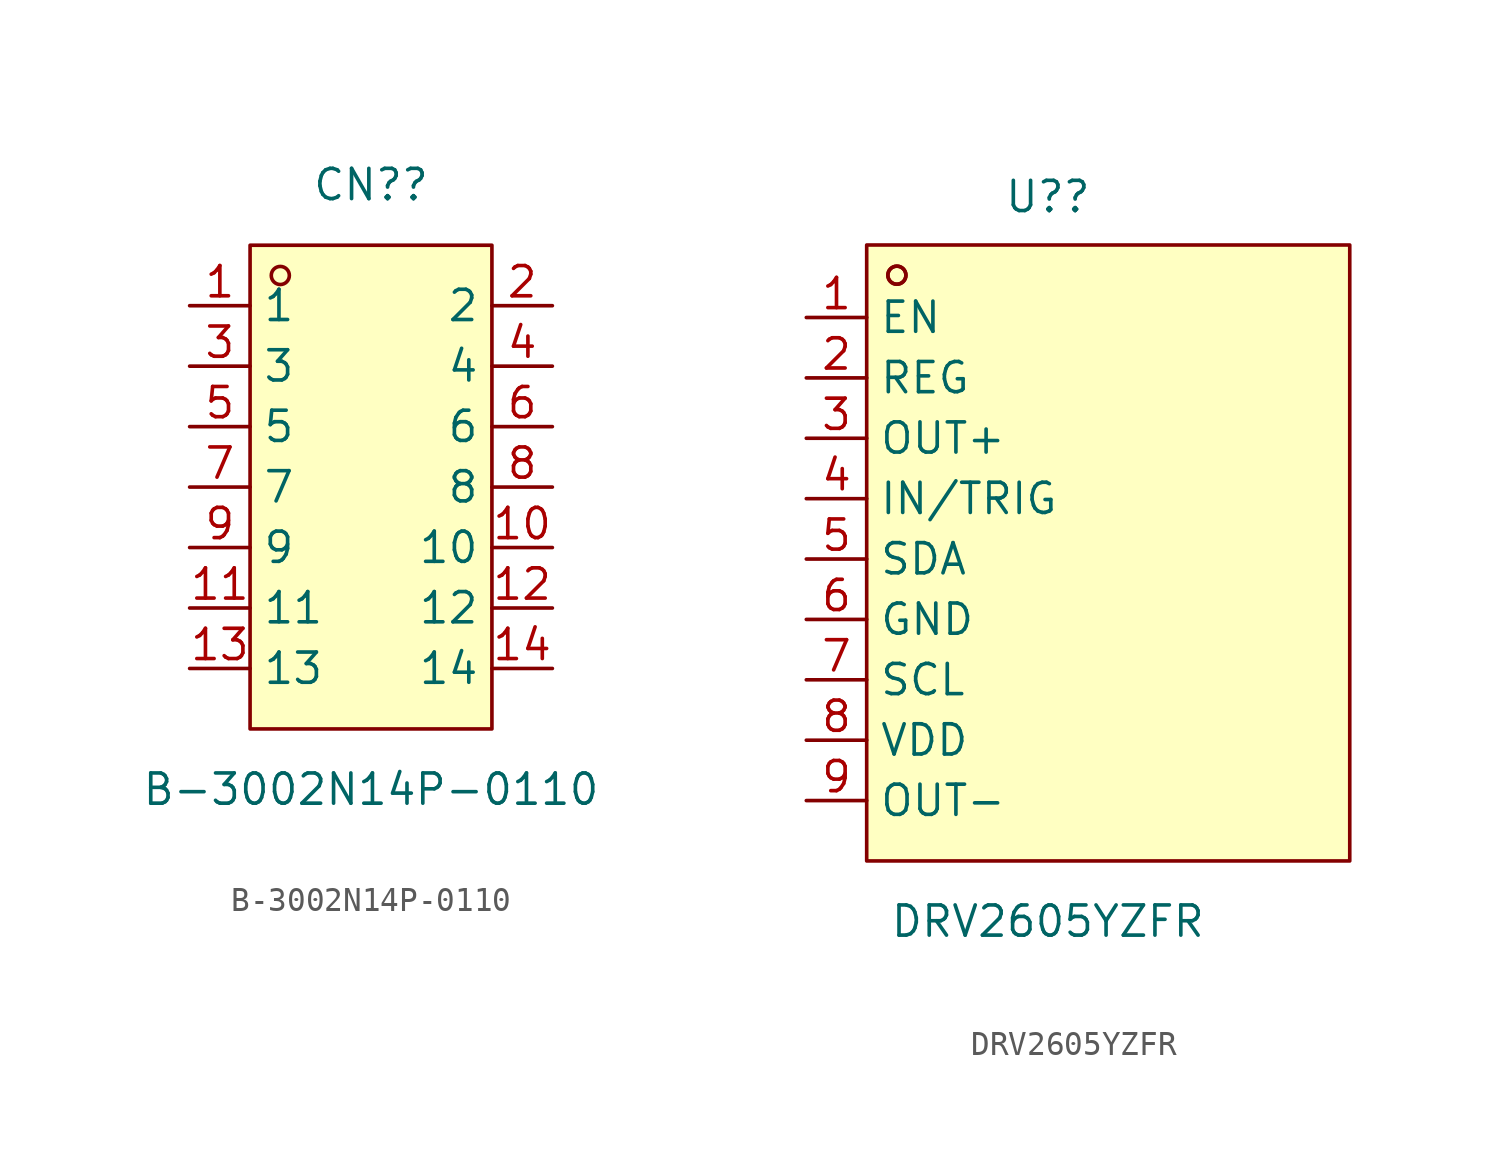
<source format=kicad_sym>
(kicad_symbol_lib
  (version 20211014)
  (generator https://github.com/uPesy/easyeda2kicad.py)
  (symbol "B-3002N14P-0110"
    (property "Reference" "CN?"
      (at 0 12.70 0)
      (effects (font (size 1.27 1.27))))
    (property "Value" "B-3002N14P-0110"
      (at 0 -12.70 0)
      (effects (font (size 1.27 1.27))))
    (symbol "B-3002N14P-0110_0_1"
      (rectangle (start -5.08 10.16) (end 5.08 -10.16) (stroke (width 0) (type default) (color 0 0 0 0)) (fill (type background)))
      (circle (center -3.81 8.89) (radius 0.38) (stroke (width 0) (type default) (color 0 0 0 0)) (fill (type background)))
      (pin unspecified line (at -7.62 7.62 0) (length 2.54) (name "1" (effects (font (size 1.27 1.27)))) (number "1" (effects (font (size 1.27 1.27)))))
      (pin unspecified line (at -7.62 5.08 0) (length 2.54) (name "3" (effects (font (size 1.27 1.27)))) (number "3" (effects (font (size 1.27 1.27)))))
      (pin unspecified line (at -7.62 2.54 0) (length 2.54) (name "5" (effects (font (size 1.27 1.27)))) (number "5" (effects (font (size 1.27 1.27)))))
      (pin unspecified line (at -7.62 -0.00 0) (length 2.54) (name "7" (effects (font (size 1.27 1.27)))) (number "7" (effects (font (size 1.27 1.27)))))
      (pin unspecified line (at -7.62 -2.54 0) (length 2.54) (name "9" (effects (font (size 1.27 1.27)))) (number "9" (effects (font (size 1.27 1.27)))))
      (pin unspecified line (at -7.62 -5.08 0) (length 2.54) (name "11" (effects (font (size 1.27 1.27)))) (number "11" (effects (font (size 1.27 1.27)))))
      (pin unspecified line (at -7.62 -7.62 0) (length 2.54) (name "13" (effects (font (size 1.27 1.27)))) (number "13" (effects (font (size 1.27 1.27)))))
      (pin unspecified line (at 7.62 -7.62 180) (length 2.54) (name "14" (effects (font (size 1.27 1.27)))) (number "14" (effects (font (size 1.27 1.27)))))
      (pin unspecified line (at 7.62 -5.08 180) (length 2.54) (name "12" (effects (font (size 1.27 1.27)))) (number "12" (effects (font (size 1.27 1.27)))))
      (pin unspecified line (at 7.62 -2.54 180) (length 2.54) (name "10" (effects (font (size 1.27 1.27)))) (number "10" (effects (font (size 1.27 1.27)))))
      (pin unspecified line (at 7.62 -0.00 180) (length 2.54) (name "8" (effects (font (size 1.27 1.27)))) (number "8" (effects (font (size 1.27 1.27)))))
      (pin unspecified line (at 7.62 2.54 180) (length 2.54) (name "6" (effects (font (size 1.27 1.27)))) (number "6" (effects (font (size 1.27 1.27)))))
      (pin unspecified line (at 7.62 5.08 180) (length 2.54) (name "4" (effects (font (size 1.27 1.27)))) (number "4" (effects (font (size 1.27 1.27)))))
      (pin unspecified line (at 7.62 7.62 180) (length 2.54) (name "2" (effects (font (size 1.27 1.27)))) (number "2" (effects (font (size 1.27 1.27)))))))
  (symbol "DRV2605YZFR"
    (property "Reference" "U?"
      (at 0 15.24 0)
      (effects (font (size 1.27 1.27))))
    (property "Value" "DRV2605YZFR"
      (at 0 -15.24 0)
      (effects (font (size 1.27 1.27))))
    (symbol "DRV2605YZFR_0_1"
      (rectangle (start -7.62 13.21) (end 12.70 -12.70) (stroke (width 0) (type default) (color 0 0 0 0)) (fill (type background)))
      (circle (center -6.35 11.94) (radius 0.38) (stroke (width 0) (type default) (color 0 0 0 0)) (fill (type background)))
      (circle (center -6.35 11.94) (radius 0.38) (stroke (width 0) (type default) (color 0 0 0 0)) (fill (type background)))
      (pin unspecified line (at -10.16 10.16 0) (length 2.54) (name "EN" (effects (font (size 1.27 1.27)))) (number "1" (effects (font (size 1.27 1.27)))))
      (pin unspecified line (at -10.16 7.62 0) (length 2.54) (name "REG" (effects (font (size 1.27 1.27)))) (number "2" (effects (font (size 1.27 1.27)))))
      (pin unspecified line (at -10.16 5.08 0) (length 2.54) (name "OUT+" (effects (font (size 1.27 1.27)))) (number "3" (effects (font (size 1.27 1.27)))))
      (pin unspecified line (at -10.16 2.54 0) (length 2.54) (name "IN/TRIG" (effects (font (size 1.27 1.27)))) (number "4" (effects (font (size 1.27 1.27)))))
      (pin unspecified line (at -10.16 -0.00 0) (length 2.54) (name "SDA" (effects (font (size 1.27 1.27)))) (number "5" (effects (font (size 1.27 1.27)))))
      (pin unspecified line (at -10.16 -2.54 0) (length 2.54) (name "GND" (effects (font (size 1.27 1.27)))) (number "6" (effects (font (size 1.27 1.27)))))
      (pin unspecified line (at -10.16 -5.08 0) (length 2.54) (name "SCL" (effects (font (size 1.27 1.27)))) (number "7" (effects (font (size 1.27 1.27)))))
      (pin unspecified line (at -10.16 -7.62 0) (length 2.54) (name "VDD" (effects (font (size 1.27 1.27)))) (number "8" (effects (font (size 1.27 1.27)))))
      (pin unspecified line (at -10.16 -10.16 0) (length 2.54) (name "OUT-" (effects (font (size 1.27 1.27)))) (number "9" (effects (font (size 1.27 1.27))))))))
</source>
